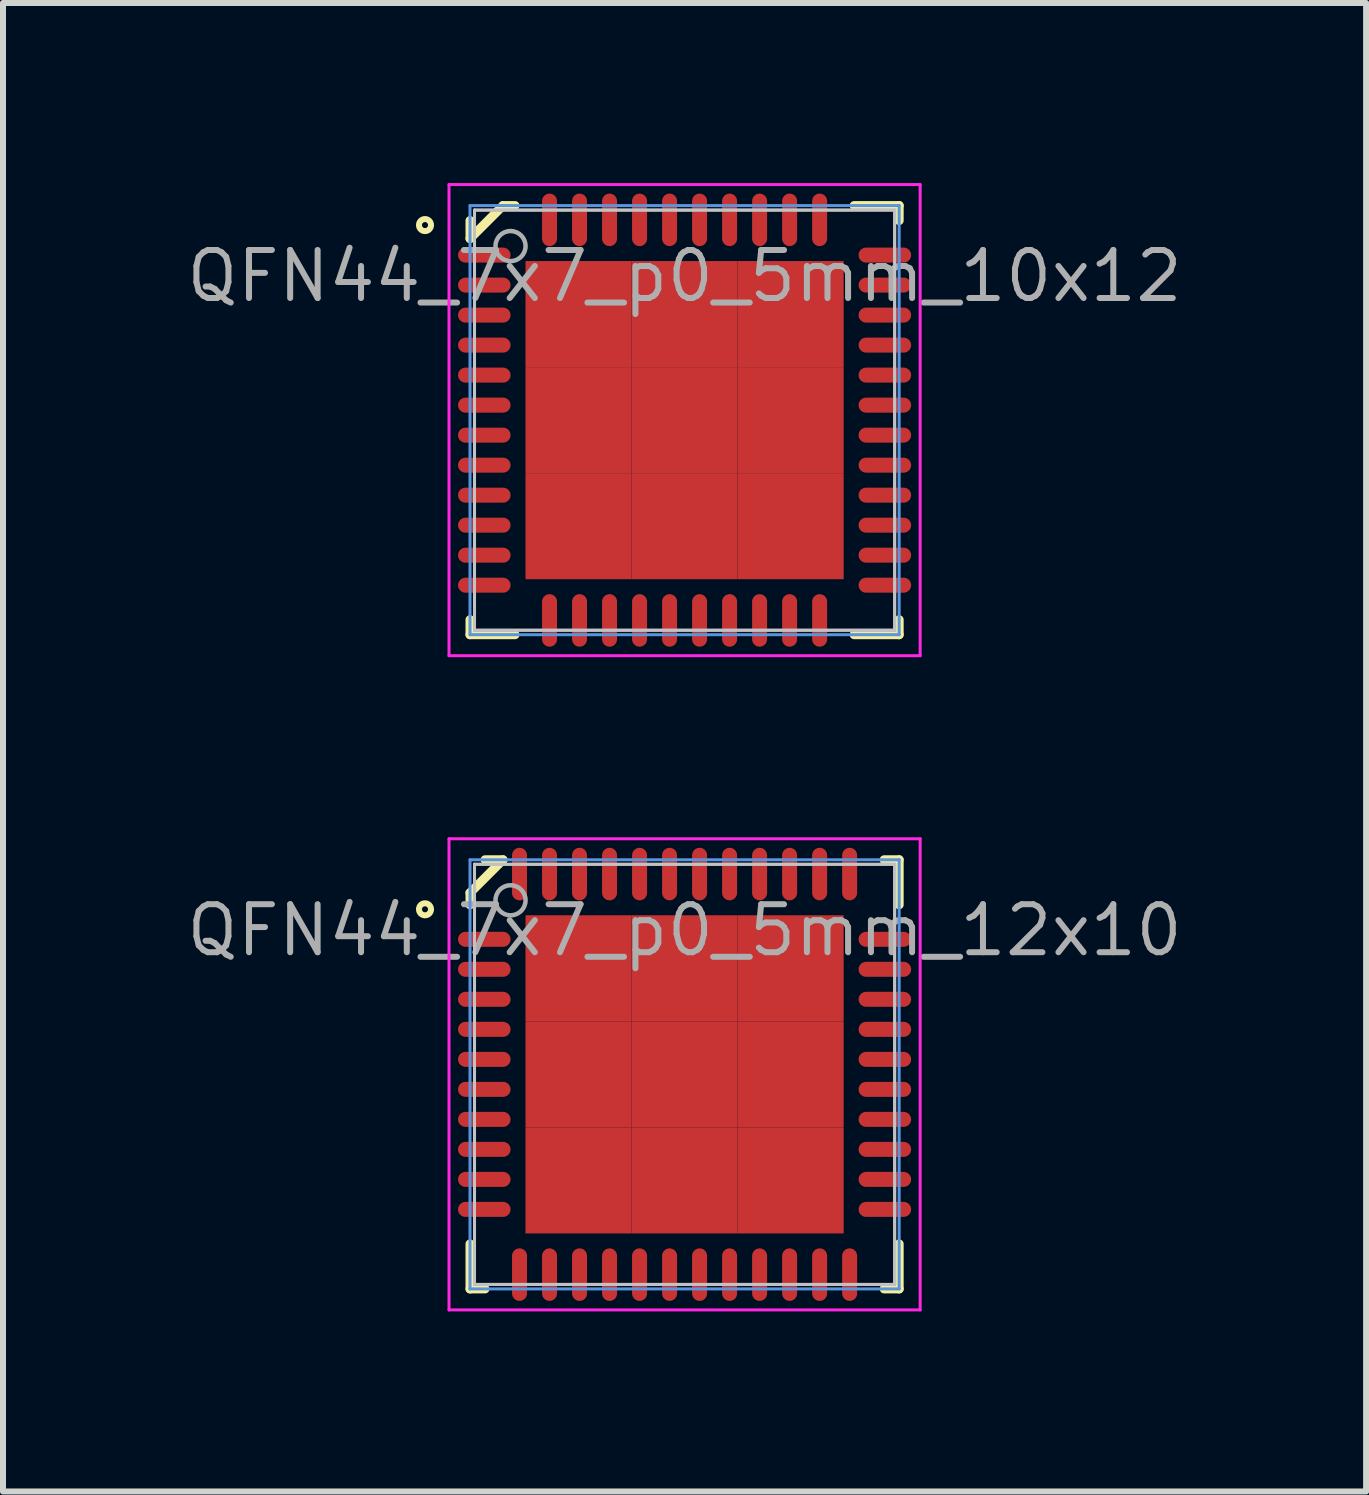
<source format=kicad_pcb>
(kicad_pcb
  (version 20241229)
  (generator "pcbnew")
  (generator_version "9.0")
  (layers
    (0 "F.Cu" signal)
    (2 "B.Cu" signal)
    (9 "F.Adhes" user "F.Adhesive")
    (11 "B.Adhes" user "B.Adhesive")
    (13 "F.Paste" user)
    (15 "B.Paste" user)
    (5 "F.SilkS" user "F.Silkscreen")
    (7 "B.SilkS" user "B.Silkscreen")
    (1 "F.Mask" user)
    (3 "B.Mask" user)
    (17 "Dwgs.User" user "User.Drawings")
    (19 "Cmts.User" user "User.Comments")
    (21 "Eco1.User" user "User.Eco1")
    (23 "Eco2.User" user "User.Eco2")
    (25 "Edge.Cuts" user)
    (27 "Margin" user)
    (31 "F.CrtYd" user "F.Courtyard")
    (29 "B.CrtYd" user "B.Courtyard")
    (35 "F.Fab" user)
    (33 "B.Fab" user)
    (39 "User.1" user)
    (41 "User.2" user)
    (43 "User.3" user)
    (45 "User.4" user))
  (footprint "QFN44_7x7_p0_5mm_10x12"
    (layer "F.Cu")
    (at 8.356 3.95)
    (property "Reference" "QFN44_7x7_p0_5mm_10x12" (at 0 -2.4 0) (layer "F.Fab") (effects (font (size 0.8 0.8) (thickness 0.1))))
    (attr through_hole)
    (fp_line (start -3.575 -3.025) (end -3.575 -3.325) (stroke (width 0.15) (type solid)) (layer "F.SilkS"))
    (fp_line (start -3.575 -3.025) (end -3.025 -3.575) (stroke (width 0.15) (type solid)) (layer "F.SilkS"))
    (fp_line (start -3.575 3.575) (end -3.575 3.325) (stroke (width 0.15) (type solid)) (layer "F.SilkS"))
    (fp_line (start -3.575 3.575) (end -2.825 3.575) (stroke (width 0.15) (type solid)) (layer "F.SilkS"))
    (fp_line (start -2.825 -3.575) (end -3.025 -3.575) (stroke (width 0.15) (type solid)) (layer "F.SilkS"))
    (fp_line (start 3.575 -3.575) (end 2.825 -3.575) (stroke (width 0.15) (type solid)) (layer "F.SilkS"))
    (fp_line (start 3.575 -3.575) (end 3.575 -3.325) (stroke (width 0.15) (type solid)) (layer "F.SilkS"))
    (fp_line (start 3.575 3.575) (end 2.825 3.575) (stroke (width 0.15) (type solid)) (layer "F.SilkS"))
    (fp_line (start 3.575 3.575) (end 3.575 3.325) (stroke (width 0.15) (type solid)) (layer "F.SilkS"))
    (fp_circle (center -4.325 -3.25) (end -4.254 -3.179) (stroke (width 0.1) (type solid)) (fill no) (layer "F.SilkS"))
    (fp_line (start -3.5 -3.5) (end -3.5 3.5) (stroke (width 0.05) (type solid)) (layer "Dwgs.User"))
    (fp_line (start -3.5 -3.5) (end 3.5 -3.5) (stroke (width 0.05) (type solid)) (layer "Dwgs.User"))
    (fp_line (start -3.5 3.5) (end 3.5 3.5) (stroke (width 0.05) (type solid)) (layer "Dwgs.User"))
    (fp_line (start 3.5 -3.5) (end 3.5 3.5) (stroke (width 0.05) (type solid)) (layer "Dwgs.User"))
    (fp_line (start -3.575 -3.575) (end -3.575 3.575) (stroke (width 0.05) (type solid)) (layer "Cmts.User"))
    (fp_line (start -3.575 -3.575) (end 3.575 -3.575) (stroke (width 0.05) (type solid)) (layer "Cmts.User"))
    (fp_line (start -3.575 3.575) (end 3.575 3.575) (stroke (width 0.05) (type solid)) (layer "Cmts.User"))
    (fp_line (start 3.575 -3.575) (end 3.575 3.575) (stroke (width 0.05) (type solid)) (layer "Cmts.User"))
    (fp_line (start -3.425 -3.425) (end -3.425 3.425) (stroke (width 0.05) (type solid)) (layer "Eco1.User"))
    (fp_line (start -3.425 -3.425) (end 3.425 -3.425) (stroke (width 0.05) (type solid)) (layer "Eco1.User"))
    (fp_line (start -3.425 3.425) (end 3.425 3.425) (stroke (width 0.05) (type solid)) (layer "Eco1.User"))
    (fp_line (start 3.425 -3.425) (end 3.425 3.425) (stroke (width 0.05) (type solid)) (layer "Eco1.User"))
    (fp_line (start -3.925 -3.925) (end -3.925 3.925) (stroke (width 0.05) (type solid)) (layer "F.CrtYd"))
    (fp_line (start -3.925 -3.925) (end 3.925 -3.925) (stroke (width 0.05) (type solid)) (layer "F.CrtYd"))
    (fp_line (start -3.925 3.925) (end 3.925 3.925) (stroke (width 0.05) (type solid)) (layer "F.CrtYd"))
    (fp_line (start 3.925 -3.925) (end 3.925 3.925) (stroke (width 0.05) (type solid)) (layer "F.CrtYd"))
    (fp_line (start -3.5 -3.5) (end -3.5 3.5) (stroke (width 0.05) (type solid)) (layer "F.Fab"))
    (fp_line (start -3.5 -3.5) (end 3.5 -3.5) (stroke (width 0.05) (type solid)) (layer "F.Fab"))
    (fp_line (start -3.5 3.5) (end 3.5 3.5) (stroke (width 0.05) (type solid)) (layer "F.Fab"))
    (fp_line (start 3.5 -3.5) (end 3.5 3.5) (stroke (width 0.05) (type solid)) (layer "F.Fab"))
    (fp_circle (center -2.9 -2.9) (end -2.723 -2.723) (stroke (width 0.075) (type solid)) (fill no) (layer "F.Fab"))
    (pad "1" smd oval (at -3.337 -2.75 180) (size 0.875 0.25) (layers "F.Cu" "F.Mask" "F.Paste"))
    (pad "2" smd oval (at -3.337 -2.25 180) (size 0.875 0.25) (layers "F.Cu" "F.Mask" "F.Paste"))
    (pad "3" smd oval (at -3.337 -1.75 180) (size 0.875 0.25) (layers "F.Cu" "F.Mask" "F.Paste"))
    (pad "4" smd oval (at -3.337 -1.25 180) (size 0.875 0.25) (layers "F.Cu" "F.Mask" "F.Paste"))
    (pad "5" smd oval (at -3.337 -0.75 180) (size 0.875 0.25) (layers "F.Cu" "F.Mask" "F.Paste"))
    (pad "6" smd oval (at -3.337 -0.25 180) (size 0.875 0.25) (layers "F.Cu" "F.Mask" "F.Paste"))
    (pad "7" smd oval (at -3.337 0.25 180) (size 0.875 0.25) (layers "F.Cu" "F.Mask" "F.Paste"))
    (pad "8" smd oval (at -3.337 0.75 180) (size 0.875 0.25) (layers "F.Cu" "F.Mask" "F.Paste"))
    (pad "9" smd oval (at -3.337 1.25 180) (size 0.875 0.25) (layers "F.Cu" "F.Mask" "F.Paste"))
    (pad "10" smd oval (at -3.337 1.75 180) (size 0.875 0.25) (layers "F.Cu" "F.Mask" "F.Paste"))
    (pad "11" smd oval (at -3.337 2.25 180) (size 0.875 0.25) (layers "F.Cu" "F.Mask" "F.Paste"))
    (pad "12" smd oval (at -3.337 2.75 180) (size 0.875 0.25) (layers "F.Cu" "F.Mask" "F.Paste"))
    (pad "13" smd oval (at -2.25 3.337 270) (size 0.875 0.25) (layers "F.Cu" "F.Mask" "F.Paste"))
    (pad "14" smd oval (at -1.75 3.337 270) (size 0.875 0.25) (layers "F.Cu" "F.Mask" "F.Paste"))
    (pad "15" smd oval (at -1.25 3.337 270) (size 0.875 0.25) (layers "F.Cu" "F.Mask" "F.Paste"))
    (pad "16" smd oval (at -0.75 3.337 270) (size 0.875 0.25) (layers "F.Cu" "F.Mask" "F.Paste"))
    (pad "17" smd oval (at -0.25 3.337 270) (size 0.875 0.25) (layers "F.Cu" "F.Mask" "F.Paste"))
    (pad "18" smd oval (at 0.25 3.337 270) (size 0.875 0.25) (layers "F.Cu" "F.Mask" "F.Paste"))
    (pad "19" smd oval (at 0.75 3.337 270) (size 0.875 0.25) (layers "F.Cu" "F.Mask" "F.Paste"))
    (pad "20" smd oval (at 1.25 3.337 270) (size 0.875 0.25) (layers "F.Cu" "F.Mask" "F.Paste"))
    (pad "21" smd oval (at 1.75 3.337 270) (size 0.875 0.25) (layers "F.Cu" "F.Mask" "F.Paste"))
    (pad "22" smd oval (at 2.25 3.337 270) (size 0.875 0.25) (layers "F.Cu" "F.Mask" "F.Paste"))
    (pad "23" smd oval (at 3.337 2.75) (size 0.875 0.25) (layers "F.Cu" "F.Mask" "F.Paste"))
    (pad "24" smd oval (at 3.337 2.25) (size 0.875 0.25) (layers "F.Cu" "F.Mask" "F.Paste"))
    (pad "25" smd oval (at 3.337 1.75) (size 0.875 0.25) (layers "F.Cu" "F.Mask" "F.Paste"))
    (pad "26" smd oval (at 3.337 1.25) (size 0.875 0.25) (layers "F.Cu" "F.Mask" "F.Paste"))
    (pad "27" smd oval (at 3.337 0.75) (size 0.875 0.25) (layers "F.Cu" "F.Mask" "F.Paste"))
    (pad "28" smd oval (at 3.337 0.25) (size 0.875 0.25) (layers "F.Cu" "F.Mask" "F.Paste"))
    (pad "29" smd oval (at 3.337 -0.25) (size 0.875 0.25) (layers "F.Cu" "F.Mask" "F.Paste"))
    (pad "30" smd oval (at 3.337 -0.75) (size 0.875 0.25) (layers "F.Cu" "F.Mask" "F.Paste"))
    (pad "31" smd oval (at 3.337 -1.25) (size 0.875 0.25) (layers "F.Cu" "F.Mask" "F.Paste"))
    (pad "32" smd oval (at 3.337 -1.75) (size 0.875 0.25) (layers "F.Cu" "F.Mask" "F.Paste"))
    (pad "33" smd oval (at 3.337 -2.25) (size 0.875 0.25) (layers "F.Cu" "F.Mask" "F.Paste"))
    (pad "34" smd oval (at 3.337 -2.75) (size 0.875 0.25) (layers "F.Cu" "F.Mask" "F.Paste"))
    (pad "35" smd oval (at 2.25 -3.337 90) (size 0.875 0.25) (layers "F.Cu" "F.Mask" "F.Paste"))
    (pad "36" smd oval (at 1.75 -3.337 90) (size 0.875 0.25) (layers "F.Cu" "F.Mask" "F.Paste"))
    (pad "37" smd oval (at 1.25 -3.337 90) (size 0.875 0.25) (layers "F.Cu" "F.Mask" "F.Paste"))
    (pad "38" smd oval (at 0.75 -3.337 90) (size 0.875 0.25) (layers "F.Cu" "F.Mask" "F.Paste"))
    (pad "39" smd oval (at 0.25 -3.337 90) (size 0.875 0.25) (layers "F.Cu" "F.Mask" "F.Paste"))
    (pad "40" smd oval (at -0.25 -3.337 90) (size 0.875 0.25) (layers "F.Cu" "F.Mask" "F.Paste"))
    (pad "41" smd oval (at -0.75 -3.337 90) (size 0.875 0.25) (layers "F.Cu" "F.Mask" "F.Paste"))
    (pad "42" smd oval (at -1.25 -3.337 90) (size 0.875 0.25) (layers "F.Cu" "F.Mask" "F.Paste"))
    (pad "43" smd oval (at -1.75 -3.337 90) (size 0.875 0.25) (layers "F.Cu" "F.Mask" "F.Paste"))
    (pad "44" smd oval (at -2.25 -3.337 90) (size 0.875 0.25) (layers "F.Cu" "F.Mask" "F.Paste"))
    (pad "45" smd rect (at -1.767 -1.767) (size 1.767 1.767) (layers "F.Cu" "F.Mask" "F.Paste"))
    (pad "45" smd rect (at -1.767 0) (size 1.767 1.767) (layers "F.Cu" "F.Mask" "F.Paste"))
    (pad "45" smd rect (at -1.767 1.767) (size 1.767 1.767) (layers "F.Cu" "F.Mask" "F.Paste"))
    (pad "45" smd rect (at 0 -1.767) (size 1.767 1.767) (layers "F.Cu" "F.Mask" "F.Paste"))
    (pad "45" smd rect (at 0 0) (size 1.767 1.767) (layers "F.Cu" "F.Mask" "F.Paste"))
    (pad "45" smd rect (at 0 1.767) (size 1.767 1.767) (layers "F.Cu" "F.Mask" "F.Paste"))
    (pad "45" smd rect (at 1.767 -1.767) (size 1.767 1.767) (layers "F.Cu" "F.Mask" "F.Paste"))
    (pad "45" smd rect (at 1.767 0) (size 1.767 1.767) (layers "F.Cu" "F.Mask" "F.Paste"))
    (pad "45" smd rect (at 1.767 1.767) (size 1.767 1.767) (layers "F.Cu" "F.Mask" "F.Paste")))
  (footprint "QFN44_7x7_p0_5mm_12x10"
    (layer "F.Cu")
    (at 8.356 14.85)
    (property "Reference" "QFN44_7x7_p0_5mm_12x10" (at 0 -2.4 0) (layer "F.Fab") (effects (font (size 0.8 0.8) (thickness 0.1))))
    (attr through_hole)
    (fp_line (start -3.575 -3.025) (end -3.575 -2.825) (stroke (width 0.15) (type solid)) (layer "F.SilkS"))
    (fp_line (start -3.575 -3.025) (end -3.025 -3.575) (stroke (width 0.15) (type solid)) (layer "F.SilkS"))
    (fp_line (start -3.575 3.575) (end -3.575 2.825) (stroke (width 0.15) (type solid)) (layer "F.SilkS"))
    (fp_line (start -3.575 3.575) (end -3.325 3.575) (stroke (width 0.15) (type solid)) (layer "F.SilkS"))
    (fp_line (start -3.325 -3.575) (end -3.025 -3.575) (stroke (width 0.15) (type solid)) (layer "F.SilkS"))
    (fp_line (start 3.575 -3.575) (end 3.325 -3.575) (stroke (width 0.15) (type solid)) (layer "F.SilkS"))
    (fp_line (start 3.575 -3.575) (end 3.575 -2.825) (stroke (width 0.15) (type solid)) (layer "F.SilkS"))
    (fp_line (start 3.575 3.575) (end 3.325 3.575) (stroke (width 0.15) (type solid)) (layer "F.SilkS"))
    (fp_line (start 3.575 3.575) (end 3.575 2.825) (stroke (width 0.15) (type solid)) (layer "F.SilkS"))
    (fp_circle (center -4.325 -2.75) (end -4.254 -2.679) (stroke (width 0.1) (type solid)) (fill no) (layer "F.SilkS"))
    (fp_line (start -3.5 -3.5) (end -3.5 3.5) (stroke (width 0.05) (type solid)) (layer "Dwgs.User"))
    (fp_line (start -3.5 -3.5) (end 3.5 -3.5) (stroke (width 0.05) (type solid)) (layer "Dwgs.User"))
    (fp_line (start -3.5 3.5) (end 3.5 3.5) (stroke (width 0.05) (type solid)) (layer "Dwgs.User"))
    (fp_line (start 3.5 -3.5) (end 3.5 3.5) (stroke (width 0.05) (type solid)) (layer "Dwgs.User"))
    (fp_line (start -3.575 -3.575) (end -3.575 3.575) (stroke (width 0.05) (type solid)) (layer "Cmts.User"))
    (fp_line (start -3.575 -3.575) (end 3.575 -3.575) (stroke (width 0.05) (type solid)) (layer "Cmts.User"))
    (fp_line (start -3.575 3.575) (end 3.575 3.575) (stroke (width 0.05) (type solid)) (layer "Cmts.User"))
    (fp_line (start 3.575 -3.575) (end 3.575 3.575) (stroke (width 0.05) (type solid)) (layer "Cmts.User"))
    (fp_line (start -3.425 -3.425) (end -3.425 3.425) (stroke (width 0.05) (type solid)) (layer "Eco1.User"))
    (fp_line (start -3.425 -3.425) (end 3.425 -3.425) (stroke (width 0.05) (type solid)) (layer "Eco1.User"))
    (fp_line (start -3.425 3.425) (end 3.425 3.425) (stroke (width 0.05) (type solid)) (layer "Eco1.User"))
    (fp_line (start 3.425 -3.425) (end 3.425 3.425) (stroke (width 0.05) (type solid)) (layer "Eco1.User"))
    (fp_line (start -3.925 -3.925) (end -3.925 3.925) (stroke (width 0.05) (type solid)) (layer "F.CrtYd"))
    (fp_line (start -3.925 -3.925) (end 3.925 -3.925) (stroke (width 0.05) (type solid)) (layer "F.CrtYd"))
    (fp_line (start -3.925 3.925) (end 3.925 3.925) (stroke (width 0.05) (type solid)) (layer "F.CrtYd"))
    (fp_line (start 3.925 -3.925) (end 3.925 3.925) (stroke (width 0.05) (type solid)) (layer "F.CrtYd"))
    (fp_line (start -3.5 -3.5) (end -3.5 3.5) (stroke (width 0.05) (type solid)) (layer "F.Fab"))
    (fp_line (start -3.5 -3.5) (end 3.5 -3.5) (stroke (width 0.05) (type solid)) (layer "F.Fab"))
    (fp_line (start -3.5 3.5) (end 3.5 3.5) (stroke (width 0.05) (type solid)) (layer "F.Fab"))
    (fp_line (start 3.5 -3.5) (end 3.5 3.5) (stroke (width 0.05) (type solid)) (layer "F.Fab"))
    (fp_circle (center -2.9 -2.9) (end -2.723 -2.723) (stroke (width 0.075) (type solid)) (fill no) (layer "F.Fab"))
    (pad "1" smd oval (at -3.337 -2.25 180) (size 0.875 0.25) (layers "F.Cu" "F.Mask" "F.Paste"))
    (pad "2" smd oval (at -3.337 -1.75 180) (size 0.875 0.25) (layers "F.Cu" "F.Mask" "F.Paste"))
    (pad "3" smd oval (at -3.337 -1.25 180) (size 0.875 0.25) (layers "F.Cu" "F.Mask" "F.Paste"))
    (pad "4" smd oval (at -3.337 -0.75 180) (size 0.875 0.25) (layers "F.Cu" "F.Mask" "F.Paste"))
    (pad "5" smd oval (at -3.337 -0.25 180) (size 0.875 0.25) (layers "F.Cu" "F.Mask" "F.Paste"))
    (pad "6" smd oval (at -3.337 0.25 180) (size 0.875 0.25) (layers "F.Cu" "F.Mask" "F.Paste"))
    (pad "7" smd oval (at -3.337 0.75 180) (size 0.875 0.25) (layers "F.Cu" "F.Mask" "F.Paste"))
    (pad "8" smd oval (at -3.337 1.25 180) (size 0.875 0.25) (layers "F.Cu" "F.Mask" "F.Paste"))
    (pad "9" smd oval (at -3.337 1.75 180) (size 0.875 0.25) (layers "F.Cu" "F.Mask" "F.Paste"))
    (pad "10" smd oval (at -3.337 2.25 180) (size 0.875 0.25) (layers "F.Cu" "F.Mask" "F.Paste"))
    (pad "11" smd oval (at -2.75 3.337 270) (size 0.875 0.25) (layers "F.Cu" "F.Mask" "F.Paste"))
    (pad "12" smd oval (at -2.25 3.337 270) (size 0.875 0.25) (layers "F.Cu" "F.Mask" "F.Paste"))
    (pad "13" smd oval (at -1.75 3.337 270) (size 0.875 0.25) (layers "F.Cu" "F.Mask" "F.Paste"))
    (pad "14" smd oval (at -1.25 3.337 270) (size 0.875 0.25) (layers "F.Cu" "F.Mask" "F.Paste"))
    (pad "15" smd oval (at -0.75 3.337 270) (size 0.875 0.25) (layers "F.Cu" "F.Mask" "F.Paste"))
    (pad "16" smd oval (at -0.25 3.337 270) (size 0.875 0.25) (layers "F.Cu" "F.Mask" "F.Paste"))
    (pad "17" smd oval (at 0.25 3.337 270) (size 0.875 0.25) (layers "F.Cu" "F.Mask" "F.Paste"))
    (pad "18" smd oval (at 0.75 3.337 270) (size 0.875 0.25) (layers "F.Cu" "F.Mask" "F.Paste"))
    (pad "19" smd oval (at 1.25 3.337 270) (size 0.875 0.25) (layers "F.Cu" "F.Mask" "F.Paste"))
    (pad "20" smd oval (at 1.75 3.337 270) (size 0.875 0.25) (layers "F.Cu" "F.Mask" "F.Paste"))
    (pad "21" smd oval (at 2.25 3.337 270) (size 0.875 0.25) (layers "F.Cu" "F.Mask" "F.Paste"))
    (pad "22" smd oval (at 2.75 3.337 270) (size 0.875 0.25) (layers "F.Cu" "F.Mask" "F.Paste"))
    (pad "23" smd oval (at 3.337 2.25) (size 0.875 0.25) (layers "F.Cu" "F.Mask" "F.Paste"))
    (pad "24" smd oval (at 3.337 1.75) (size 0.875 0.25) (layers "F.Cu" "F.Mask" "F.Paste"))
    (pad "25" smd oval (at 3.337 1.25) (size 0.875 0.25) (layers "F.Cu" "F.Mask" "F.Paste"))
    (pad "26" smd oval (at 3.337 0.75) (size 0.875 0.25) (layers "F.Cu" "F.Mask" "F.Paste"))
    (pad "27" smd oval (at 3.337 0.25) (size 0.875 0.25) (layers "F.Cu" "F.Mask" "F.Paste"))
    (pad "28" smd oval (at 3.337 -0.25) (size 0.875 0.25) (layers "F.Cu" "F.Mask" "F.Paste"))
    (pad "29" smd oval (at 3.337 -0.75) (size 0.875 0.25) (layers "F.Cu" "F.Mask" "F.Paste"))
    (pad "30" smd oval (at 3.337 -1.25) (size 0.875 0.25) (layers "F.Cu" "F.Mask" "F.Paste"))
    (pad "31" smd oval (at 3.337 -1.75) (size 0.875 0.25) (layers "F.Cu" "F.Mask" "F.Paste"))
    (pad "32" smd oval (at 3.337 -2.25) (size 0.875 0.25) (layers "F.Cu" "F.Mask" "F.Paste"))
    (pad "33" smd oval (at 2.75 -3.337 90) (size 0.875 0.25) (layers "F.Cu" "F.Mask" "F.Paste"))
    (pad "34" smd oval (at 2.25 -3.337 90) (size 0.875 0.25) (layers "F.Cu" "F.Mask" "F.Paste"))
    (pad "35" smd oval (at 1.75 -3.337 90) (size 0.875 0.25) (layers "F.Cu" "F.Mask" "F.Paste"))
    (pad "36" smd oval (at 1.25 -3.337 90) (size 0.875 0.25) (layers "F.Cu" "F.Mask" "F.Paste"))
    (pad "37" smd oval (at 0.75 -3.337 90) (size 0.875 0.25) (layers "F.Cu" "F.Mask" "F.Paste"))
    (pad "38" smd oval (at 0.25 -3.337 90) (size 0.875 0.25) (layers "F.Cu" "F.Mask" "F.Paste"))
    (pad "39" smd oval (at -0.25 -3.337 90) (size 0.875 0.25) (layers "F.Cu" "F.Mask" "F.Paste"))
    (pad "40" smd oval (at -0.75 -3.337 90) (size 0.875 0.25) (layers "F.Cu" "F.Mask" "F.Paste"))
    (pad "41" smd oval (at -1.25 -3.337 90) (size 0.875 0.25) (layers "F.Cu" "F.Mask" "F.Paste"))
    (pad "42" smd oval (at -1.75 -3.337 90) (size 0.875 0.25) (layers "F.Cu" "F.Mask" "F.Paste"))
    (pad "43" smd oval (at -2.25 -3.337 90) (size 0.875 0.25) (layers "F.Cu" "F.Mask" "F.Paste"))
    (pad "44" smd oval (at -2.75 -3.337 90) (size 0.875 0.25) (layers "F.Cu" "F.Mask" "F.Paste"))
    (pad "45" smd rect (at -1.767 -1.767) (size 1.767 1.767) (layers "F.Cu" "F.Mask" "F.Paste"))
    (pad "45" smd rect (at -1.767 0) (size 1.767 1.767) (layers "F.Cu" "F.Mask" "F.Paste"))
    (pad "45" smd rect (at -1.767 1.767) (size 1.767 1.767) (layers "F.Cu" "F.Mask" "F.Paste"))
    (pad "45" smd rect (at 0 -1.767) (size 1.767 1.767) (layers "F.Cu" "F.Mask" "F.Paste"))
    (pad "45" smd rect (at 0 0) (size 1.767 1.767) (layers "F.Cu" "F.Mask" "F.Paste"))
    (pad "45" smd rect (at 0 1.767) (size 1.767 1.767) (layers "F.Cu" "F.Mask" "F.Paste"))
    (pad "45" smd rect (at 1.767 -1.767) (size 1.767 1.767) (layers "F.Cu" "F.Mask" "F.Paste"))
    (pad "45" smd rect (at 1.767 0) (size 1.767 1.767) (layers "F.Cu" "F.Mask" "F.Paste"))
    (pad "45" smd rect (at 1.767 1.767) (size 1.767 1.767) (layers "F.Cu" "F.Mask" "F.Paste")))
  (gr_rect
    (start -3 -3)
    (end 19.711 21.8)
    (stroke (width 0.1) (type default))
    (fill no)
    (layer "Edge.Cuts")))
</source>
